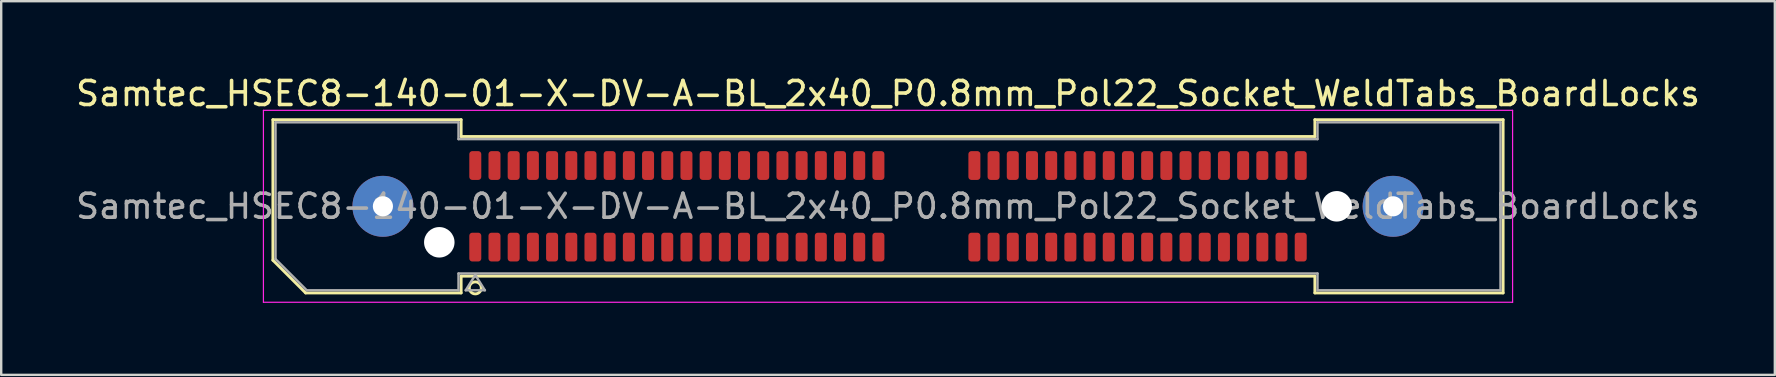
<source format=kicad_pcb>
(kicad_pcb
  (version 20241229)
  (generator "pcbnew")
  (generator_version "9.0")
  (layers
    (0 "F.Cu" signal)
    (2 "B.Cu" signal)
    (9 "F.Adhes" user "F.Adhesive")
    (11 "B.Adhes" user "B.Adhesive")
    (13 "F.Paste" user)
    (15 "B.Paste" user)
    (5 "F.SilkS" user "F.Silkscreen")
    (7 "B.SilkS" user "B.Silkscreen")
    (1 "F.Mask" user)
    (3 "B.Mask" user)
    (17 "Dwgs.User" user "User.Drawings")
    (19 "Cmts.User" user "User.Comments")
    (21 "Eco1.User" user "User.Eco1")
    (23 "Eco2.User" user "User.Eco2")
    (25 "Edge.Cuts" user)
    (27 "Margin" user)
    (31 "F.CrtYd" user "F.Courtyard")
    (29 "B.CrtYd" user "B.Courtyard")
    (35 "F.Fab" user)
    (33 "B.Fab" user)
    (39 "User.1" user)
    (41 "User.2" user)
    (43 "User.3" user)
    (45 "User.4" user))
  (footprint "Samtec_HSEC8-140-01-X-DV-A-BL_2x40_P0.8mm_Pol22_Socket_WeldTabs_BoardLocks"
    (layer "F.Cu")
    (at 33.958 5.548)
    (property "Reference" "Samtec_HSEC8-140-01-X-DV-A-BL_2x40_P0.8mm_Pol22_Socket_WeldTabs_BoardLocks" (at 0 -4.7 0) (layer "F.SilkS") (effects (font (size 1 1) (thickness 0.15))))
    (attr smd)
    (fp_line (start -25.635 -3.61) (end -17.79 -3.61) (stroke (width 0.12) (type solid)) (layer "F.SilkS"))
    (fp_line (start -25.635 2.246) (end -25.635 -3.61) (stroke (width 0.12) (type solid)) (layer "F.SilkS"))
    (fp_line (start -24.271 3.61) (end -25.635 2.246) (stroke (width 0.12) (type solid)) (layer "F.SilkS"))
    (fp_line (start -17.79 -3.61) (end -17.79 -2.91) (stroke (width 0.12) (type solid)) (layer "F.SilkS"))
    (fp_line (start -17.79 -2.91) (end 17.79 -2.91) (stroke (width 0.12) (type solid)) (layer "F.SilkS"))
    (fp_line (start -17.79 2.91) (end -17.79 3.61) (stroke (width 0.12) (type solid)) (layer "F.SilkS"))
    (fp_line (start -17.79 3.61) (end -24.271 3.61) (stroke (width 0.12) (type solid)) (layer "F.SilkS"))
    (fp_line (start 17.79 -3.61) (end 25.635 -3.61) (stroke (width 0.12) (type solid)) (layer "F.SilkS"))
    (fp_line (start 17.79 -2.91) (end 17.79 -3.61) (stroke (width 0.12) (type solid)) (layer "F.SilkS"))
    (fp_line (start 17.79 2.91) (end -17.79 2.91) (stroke (width 0.12) (type solid)) (layer "F.SilkS"))
    (fp_line (start 17.79 3.61) (end 17.79 2.91) (stroke (width 0.12) (type solid)) (layer "F.SilkS"))
    (fp_line (start 25.635 -3.61) (end 25.635 3.61) (stroke (width 0.12) (type solid)) (layer "F.SilkS"))
    (fp_line (start 25.635 3.61) (end 17.79 3.61) (stroke (width 0.12) (type solid)) (layer "F.SilkS"))
    (fp_circle (center -17.2 3.4) (end -16.95 3.4) (stroke (width 0.12) (type solid)) (fill no) (layer "F.SilkS"))
    (fp_line (start -26.03 -4) (end -26.03 4) (stroke (width 0.05) (type solid)) (layer "F.CrtYd"))
    (fp_line (start -26.03 4) (end 26.03 4) (stroke (width 0.05) (type solid)) (layer "F.CrtYd"))
    (fp_line (start 26.03 -4) (end -26.03 -4) (stroke (width 0.05) (type solid)) (layer "F.CrtYd"))
    (fp_line (start 26.03 4) (end 26.03 -4) (stroke (width 0.05) (type solid)) (layer "F.CrtYd"))
    (fp_line (start -25.525 -3.5) (end -17.9 -3.5) (stroke (width 0.1) (type solid)) (layer "F.Fab"))
    (fp_line (start -25.525 2.2) (end -25.525 -3.5) (stroke (width 0.1) (type solid)) (layer "F.Fab"))
    (fp_line (start -24.225 3.5) (end -25.525 2.2) (stroke (width 0.1) (type solid)) (layer "F.Fab"))
    (fp_line (start -17.9 -3.5) (end -17.9 -2.8) (stroke (width 0.1) (type solid)) (layer "F.Fab"))
    (fp_line (start -17.9 -2.8) (end 17.9 -2.8) (stroke (width 0.1) (type solid)) (layer "F.Fab"))
    (fp_line (start -17.9 2.8) (end -17.9 3.5) (stroke (width 0.1) (type solid)) (layer "F.Fab"))
    (fp_line (start -17.9 3.5) (end -24.225 3.5) (stroke (width 0.1) (type solid)) (layer "F.Fab"))
    (fp_line (start -17.6 3.5) (end -17.2 2.86) (stroke (width 0.1) (type solid)) (layer "F.Fab"))
    (fp_line (start -17.2 2.86) (end -16.8 3.5) (stroke (width 0.1) (type solid)) (layer "F.Fab"))
    (fp_line (start -16.8 3.5) (end -17.6 3.5) (stroke (width 0.1) (type solid)) (layer "F.Fab"))
    (fp_line (start 17.9 -3.5) (end 25.525 -3.5) (stroke (width 0.1) (type solid)) (layer "F.Fab"))
    (fp_line (start 17.9 -2.8) (end 17.9 -3.5) (stroke (width 0.1) (type solid)) (layer "F.Fab"))
    (fp_line (start 17.9 2.8) (end -17.9 2.8) (stroke (width 0.1) (type solid)) (layer "F.Fab"))
    (fp_line (start 17.9 3.5) (end 17.9 2.8) (stroke (width 0.1) (type solid)) (layer "F.Fab"))
    (fp_line (start 25.525 -3.5) (end 25.525 3.5) (stroke (width 0.1) (type solid)) (layer "F.Fab"))
    (fp_line (start 25.525 3.5) (end 17.9 3.5) (stroke (width 0.1) (type solid)) (layer "F.Fab"))
    (fp_text user "${REFERENCE}" (at 0 0 0) (layer "F.Fab") (effects (font (size 1 1) (thickness 0.15))))
    (pad "" thru_hole circle (at -21.05 0) (size 2.54 2.54) (drill 0.84) (layers "*.Cu" "*.Mask" "F.Paste"))
    (pad "" np_thru_hole circle (at -18.7 1.5) (size 1.27 1.27) (drill 1.27) (layers "*.Cu" "*.Mask"))
    (pad "" np_thru_hole circle (at 18.7 0) (size 1.27 1.27) (drill 1.27) (layers "*.Cu" "*.Mask"))
    (pad "" thru_hole circle (at 21.05 0) (size 2.54 2.54) (drill 0.84) (layers "*.Cu" "*.Mask" "F.Paste"))
    (pad "1" smd roundrect (at -17.2 1.7) (size 0.5 1.2) (layers "F.Cu" "F.Mask" "F.Paste") (roundrect_rratio 0.25))
    (pad "2" smd roundrect (at -17.2 -1.7) (size 0.5 1.2) (layers "F.Cu" "F.Mask" "F.Paste") (roundrect_rratio 0.25))
    (pad "3" smd roundrect (at -16.4 1.7) (size 0.5 1.2) (layers "F.Cu" "F.Mask" "F.Paste") (roundrect_rratio 0.25))
    (pad "4" smd roundrect (at -16.4 -1.7) (size 0.5 1.2) (layers "F.Cu" "F.Mask" "F.Paste") (roundrect_rratio 0.25))
    (pad "5" smd roundrect (at -15.6 1.7) (size 0.5 1.2) (layers "F.Cu" "F.Mask" "F.Paste") (roundrect_rratio 0.25))
    (pad "6" smd roundrect (at -15.6 -1.7) (size 0.5 1.2) (layers "F.Cu" "F.Mask" "F.Paste") (roundrect_rratio 0.25))
    (pad "7" smd roundrect (at -14.8 1.7) (size 0.5 1.2) (layers "F.Cu" "F.Mask" "F.Paste") (roundrect_rratio 0.25))
    (pad "8" smd roundrect (at -14.8 -1.7) (size 0.5 1.2) (layers "F.Cu" "F.Mask" "F.Paste") (roundrect_rratio 0.25))
    (pad "9" smd roundrect (at -14 1.7) (size 0.5 1.2) (layers "F.Cu" "F.Mask" "F.Paste") (roundrect_rratio 0.25))
    (pad "10" smd roundrect (at -14 -1.7) (size 0.5 1.2) (layers "F.Cu" "F.Mask" "F.Paste") (roundrect_rratio 0.25))
    (pad "11" smd roundrect (at -13.2 1.7) (size 0.5 1.2) (layers "F.Cu" "F.Mask" "F.Paste") (roundrect_rratio 0.25))
    (pad "12" smd roundrect (at -13.2 -1.7) (size 0.5 1.2) (layers "F.Cu" "F.Mask" "F.Paste") (roundrect_rratio 0.25))
    (pad "13" smd roundrect (at -12.4 1.7) (size 0.5 1.2) (layers "F.Cu" "F.Mask" "F.Paste") (roundrect_rratio 0.25))
    (pad "14" smd roundrect (at -12.4 -1.7) (size 0.5 1.2) (layers "F.Cu" "F.Mask" "F.Paste") (roundrect_rratio 0.25))
    (pad "15" smd roundrect (at -11.6 1.7) (size 0.5 1.2) (layers "F.Cu" "F.Mask" "F.Paste") (roundrect_rratio 0.25))
    (pad "16" smd roundrect (at -11.6 -1.7) (size 0.5 1.2) (layers "F.Cu" "F.Mask" "F.Paste") (roundrect_rratio 0.25))
    (pad "17" smd roundrect (at -10.8 1.7) (size 0.5 1.2) (layers "F.Cu" "F.Mask" "F.Paste") (roundrect_rratio 0.25))
    (pad "18" smd roundrect (at -10.8 -1.7) (size 0.5 1.2) (layers "F.Cu" "F.Mask" "F.Paste") (roundrect_rratio 0.25))
    (pad "19" smd roundrect (at -10 1.7) (size 0.5 1.2) (layers "F.Cu" "F.Mask" "F.Paste") (roundrect_rratio 0.25))
    (pad "20" smd roundrect (at -10 -1.7) (size 0.5 1.2) (layers "F.Cu" "F.Mask" "F.Paste") (roundrect_rratio 0.25))
    (pad "21" smd roundrect (at -9.2 1.7) (size 0.5 1.2) (layers "F.Cu" "F.Mask" "F.Paste") (roundrect_rratio 0.25))
    (pad "22" smd roundrect (at -9.2 -1.7) (size 0.5 1.2) (layers "F.Cu" "F.Mask" "F.Paste") (roundrect_rratio 0.25))
    (pad "23" smd roundrect (at -8.4 1.7) (size 0.5 1.2) (layers "F.Cu" "F.Mask" "F.Paste") (roundrect_rratio 0.25))
    (pad "24" smd roundrect (at -8.4 -1.7) (size 0.5 1.2) (layers "F.Cu" "F.Mask" "F.Paste") (roundrect_rratio 0.25))
    (pad "25" smd roundrect (at -7.6 1.7) (size 0.5 1.2) (layers "F.Cu" "F.Mask" "F.Paste") (roundrect_rratio 0.25))
    (pad "26" smd roundrect (at -7.6 -1.7) (size 0.5 1.2) (layers "F.Cu" "F.Mask" "F.Paste") (roundrect_rratio 0.25))
    (pad "27" smd roundrect (at -6.8 1.7) (size 0.5 1.2) (layers "F.Cu" "F.Mask" "F.Paste") (roundrect_rratio 0.25))
    (pad "28" smd roundrect (at -6.8 -1.7) (size 0.5 1.2) (layers "F.Cu" "F.Mask" "F.Paste") (roundrect_rratio 0.25))
    (pad "29" smd roundrect (at -6 1.7) (size 0.5 1.2) (layers "F.Cu" "F.Mask" "F.Paste") (roundrect_rratio 0.25))
    (pad "30" smd roundrect (at -6 -1.7) (size 0.5 1.2) (layers "F.Cu" "F.Mask" "F.Paste") (roundrect_rratio 0.25))
    (pad "31" smd roundrect (at -5.2 1.7) (size 0.5 1.2) (layers "F.Cu" "F.Mask" "F.Paste") (roundrect_rratio 0.25))
    (pad "32" smd roundrect (at -5.2 -1.7) (size 0.5 1.2) (layers "F.Cu" "F.Mask" "F.Paste") (roundrect_rratio 0.25))
    (pad "33" smd roundrect (at -4.4 1.7) (size 0.5 1.2) (layers "F.Cu" "F.Mask" "F.Paste") (roundrect_rratio 0.25))
    (pad "34" smd roundrect (at -4.4 -1.7) (size 0.5 1.2) (layers "F.Cu" "F.Mask" "F.Paste") (roundrect_rratio 0.25))
    (pad "35" smd roundrect (at -3.6 1.7) (size 0.5 1.2) (layers "F.Cu" "F.Mask" "F.Paste") (roundrect_rratio 0.25))
    (pad "36" smd roundrect (at -3.6 -1.7) (size 0.5 1.2) (layers "F.Cu" "F.Mask" "F.Paste") (roundrect_rratio 0.25))
    (pad "37" smd roundrect (at -2.8 1.7) (size 0.5 1.2) (layers "F.Cu" "F.Mask" "F.Paste") (roundrect_rratio 0.25))
    (pad "38" smd roundrect (at -2.8 -1.7) (size 0.5 1.2) (layers "F.Cu" "F.Mask" "F.Paste") (roundrect_rratio 0.25))
    (pad "39" smd roundrect (at -2 1.7) (size 0.5 1.2) (layers "F.Cu" "F.Mask" "F.Paste") (roundrect_rratio 0.25))
    (pad "40" smd roundrect (at -2 -1.7) (size 0.5 1.2) (layers "F.Cu" "F.Mask" "F.Paste") (roundrect_rratio 0.25))
    (pad "41" smd roundrect (at -1.2 1.7) (size 0.5 1.2) (layers "F.Cu" "F.Mask" "F.Paste") (roundrect_rratio 0.25))
    (pad "42" smd roundrect (at -1.2 -1.7) (size 0.5 1.2) (layers "F.Cu" "F.Mask" "F.Paste") (roundrect_rratio 0.25))
    (pad "43" smd roundrect (at -0.4 1.7) (size 0.5 1.2) (layers "F.Cu" "F.Mask" "F.Paste") (roundrect_rratio 0.25))
    (pad "44" smd roundrect (at -0.4 -1.7) (size 0.5 1.2) (layers "F.Cu" "F.Mask" "F.Paste") (roundrect_rratio 0.25))
    (pad "45" smd roundrect (at 3.6 1.7) (size 0.5 1.2) (layers "F.Cu" "F.Mask" "F.Paste") (roundrect_rratio 0.25))
    (pad "46" smd roundrect (at 3.6 -1.7) (size 0.5 1.2) (layers "F.Cu" "F.Mask" "F.Paste") (roundrect_rratio 0.25))
    (pad "47" smd roundrect (at 4.4 1.7) (size 0.5 1.2) (layers "F.Cu" "F.Mask" "F.Paste") (roundrect_rratio 0.25))
    (pad "48" smd roundrect (at 4.4 -1.7) (size 0.5 1.2) (layers "F.Cu" "F.Mask" "F.Paste") (roundrect_rratio 0.25))
    (pad "49" smd roundrect (at 5.2 1.7) (size 0.5 1.2) (layers "F.Cu" "F.Mask" "F.Paste") (roundrect_rratio 0.25))
    (pad "50" smd roundrect (at 5.2 -1.7) (size 0.5 1.2) (layers "F.Cu" "F.Mask" "F.Paste") (roundrect_rratio 0.25))
    (pad "51" smd roundrect (at 6 1.7) (size 0.5 1.2) (layers "F.Cu" "F.Mask" "F.Paste") (roundrect_rratio 0.25))
    (pad "52" smd roundrect (at 6 -1.7) (size 0.5 1.2) (layers "F.Cu" "F.Mask" "F.Paste") (roundrect_rratio 0.25))
    (pad "53" smd roundrect (at 6.8 1.7) (size 0.5 1.2) (layers "F.Cu" "F.Mask" "F.Paste") (roundrect_rratio 0.25))
    (pad "54" smd roundrect (at 6.8 -1.7) (size 0.5 1.2) (layers "F.Cu" "F.Mask" "F.Paste") (roundrect_rratio 0.25))
    (pad "55" smd roundrect (at 7.6 1.7) (size 0.5 1.2) (layers "F.Cu" "F.Mask" "F.Paste") (roundrect_rratio 0.25))
    (pad "56" smd roundrect (at 7.6 -1.7) (size 0.5 1.2) (layers "F.Cu" "F.Mask" "F.Paste") (roundrect_rratio 0.25))
    (pad "57" smd roundrect (at 8.4 1.7) (size 0.5 1.2) (layers "F.Cu" "F.Mask" "F.Paste") (roundrect_rratio 0.25))
    (pad "58" smd roundrect (at 8.4 -1.7) (size 0.5 1.2) (layers "F.Cu" "F.Mask" "F.Paste") (roundrect_rratio 0.25))
    (pad "59" smd roundrect (at 9.2 1.7) (size 0.5 1.2) (layers "F.Cu" "F.Mask" "F.Paste") (roundrect_rratio 0.25))
    (pad "60" smd roundrect (at 9.2 -1.7) (size 0.5 1.2) (layers "F.Cu" "F.Mask" "F.Paste") (roundrect_rratio 0.25))
    (pad "61" smd roundrect (at 10 1.7) (size 0.5 1.2) (layers "F.Cu" "F.Mask" "F.Paste") (roundrect_rratio 0.25))
    (pad "62" smd roundrect (at 10 -1.7) (size 0.5 1.2) (layers "F.Cu" "F.Mask" "F.Paste") (roundrect_rratio 0.25))
    (pad "63" smd roundrect (at 10.8 1.7) (size 0.5 1.2) (layers "F.Cu" "F.Mask" "F.Paste") (roundrect_rratio 0.25))
    (pad "64" smd roundrect (at 10.8 -1.7) (size 0.5 1.2) (layers "F.Cu" "F.Mask" "F.Paste") (roundrect_rratio 0.25))
    (pad "65" smd roundrect (at 11.6 1.7) (size 0.5 1.2) (layers "F.Cu" "F.Mask" "F.Paste") (roundrect_rratio 0.25))
    (pad "66" smd roundrect (at 11.6 -1.7) (size 0.5 1.2) (layers "F.Cu" "F.Mask" "F.Paste") (roundrect_rratio 0.25))
    (pad "67" smd roundrect (at 12.4 1.7) (size 0.5 1.2) (layers "F.Cu" "F.Mask" "F.Paste") (roundrect_rratio 0.25))
    (pad "68" smd roundrect (at 12.4 -1.7) (size 0.5 1.2) (layers "F.Cu" "F.Mask" "F.Paste") (roundrect_rratio 0.25))
    (pad "69" smd roundrect (at 13.2 1.7) (size 0.5 1.2) (layers "F.Cu" "F.Mask" "F.Paste") (roundrect_rratio 0.25))
    (pad "70" smd roundrect (at 13.2 -1.7) (size 0.5 1.2) (layers "F.Cu" "F.Mask" "F.Paste") (roundrect_rratio 0.25))
    (pad "71" smd roundrect (at 14 1.7) (size 0.5 1.2) (layers "F.Cu" "F.Mask" "F.Paste") (roundrect_rratio 0.25))
    (pad "72" smd roundrect (at 14 -1.7) (size 0.5 1.2) (layers "F.Cu" "F.Mask" "F.Paste") (roundrect_rratio 0.25))
    (pad "73" smd roundrect (at 14.8 1.7) (size 0.5 1.2) (layers "F.Cu" "F.Mask" "F.Paste") (roundrect_rratio 0.25))
    (pad "74" smd roundrect (at 14.8 -1.7) (size 0.5 1.2) (layers "F.Cu" "F.Mask" "F.Paste") (roundrect_rratio 0.25))
    (pad "75" smd roundrect (at 15.6 1.7) (size 0.5 1.2) (layers "F.Cu" "F.Mask" "F.Paste") (roundrect_rratio 0.25))
    (pad "76" smd roundrect (at 15.6 -1.7) (size 0.5 1.2) (layers "F.Cu" "F.Mask" "F.Paste") (roundrect_rratio 0.25))
    (pad "77" smd roundrect (at 16.4 1.7) (size 0.5 1.2) (layers "F.Cu" "F.Mask" "F.Paste") (roundrect_rratio 0.25))
    (pad "78" smd roundrect (at 16.4 -1.7) (size 0.5 1.2) (layers "F.Cu" "F.Mask" "F.Paste") (roundrect_rratio 0.25))
    (pad "79" smd roundrect (at 17.2 1.7) (size 0.5 1.2) (layers "F.Cu" "F.Mask" "F.Paste") (roundrect_rratio 0.25))
    (pad "80" smd roundrect (at 17.2 -1.7) (size 0.5 1.2) (layers "F.Cu" "F.Mask" "F.Paste") (roundrect_rratio 0.25)))
  (gr_rect
    (start -3 -3)
    (end 70.917 12.573)
    (stroke (width 0.1) (type default))
    (fill no)
    (layer "Edge.Cuts")))
</source>
